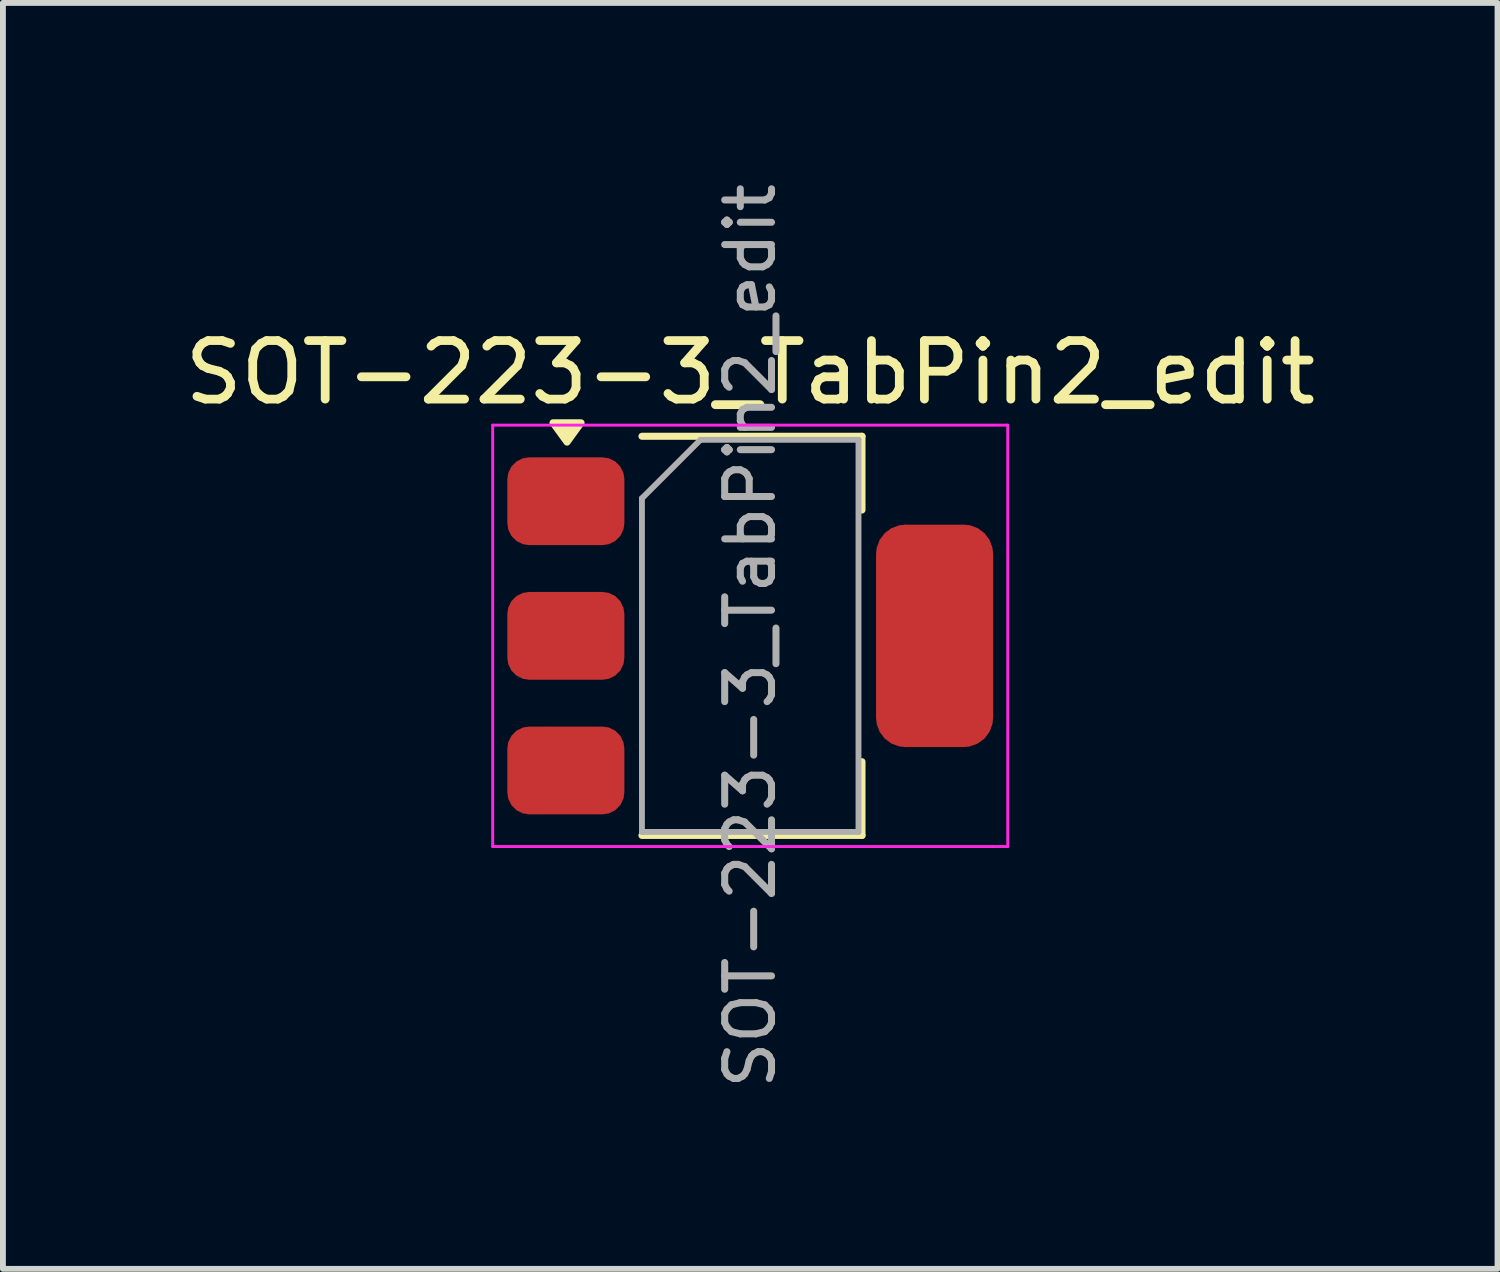
<source format=kicad_pcb>
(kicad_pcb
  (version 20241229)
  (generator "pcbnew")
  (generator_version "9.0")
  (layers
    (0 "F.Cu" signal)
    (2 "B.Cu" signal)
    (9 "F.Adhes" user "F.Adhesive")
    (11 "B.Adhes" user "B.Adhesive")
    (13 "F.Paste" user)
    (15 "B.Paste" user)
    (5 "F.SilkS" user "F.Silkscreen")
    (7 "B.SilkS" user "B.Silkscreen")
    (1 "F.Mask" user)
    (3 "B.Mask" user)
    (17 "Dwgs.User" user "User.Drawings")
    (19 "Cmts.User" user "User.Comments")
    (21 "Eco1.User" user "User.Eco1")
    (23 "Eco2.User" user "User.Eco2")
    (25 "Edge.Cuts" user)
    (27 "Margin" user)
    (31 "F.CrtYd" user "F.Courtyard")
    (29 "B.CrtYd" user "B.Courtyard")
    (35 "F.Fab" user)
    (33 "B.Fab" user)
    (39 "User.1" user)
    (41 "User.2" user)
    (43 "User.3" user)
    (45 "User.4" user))
  (footprint "SOT-223-3_TabPin2_edit"
    (layer "F.Cu")
    (at 9.768 7.814)
    (property "Reference" "SOT-223-3_TabPin2_edit" (at 0 -4.5 0) (layer "F.SilkS") (effects (font (size 1 1) (thickness 0.15))))
    (attr smd)
    (fp_line (start -1.85 -3.41) (end 1.91 -3.41) (stroke (width 0.12) (type solid)) (layer "F.SilkS"))
    (fp_line (start -1.85 3.41) (end 1.91 3.41) (stroke (width 0.12) (type solid)) (layer "F.SilkS"))
    (fp_line (start 1.91 -3.41) (end 1.91 -2.15) (stroke (width 0.12) (type solid)) (layer "F.SilkS"))
    (fp_line (start 1.91 3.41) (end 1.91 2.15) (stroke (width 0.12) (type solid)) (layer "F.SilkS"))
    (fp_poly (pts (xy -3.13 -3.31) (xy -3.37 -3.64) (xy -2.89 -3.64) (xy -3.13 -3.31)) (stroke (width 0.12) (type solid)) (fill yes) (layer "F.SilkS"))
    (fp_line (start -4.4 -3.6) (end -4.4 3.6) (stroke (width 0.05) (type solid)) (layer "F.CrtYd"))
    (fp_line (start -4.4 3.6) (end 4.4 3.6) (stroke (width 0.05) (type solid)) (layer "F.CrtYd"))
    (fp_line (start 4.4 -3.6) (end -4.4 -3.6) (stroke (width 0.05) (type solid)) (layer "F.CrtYd"))
    (fp_line (start 4.4 3.6) (end 4.4 -3.6) (stroke (width 0.05) (type solid)) (layer "F.CrtYd"))
    (fp_line (start -1.85 -2.35) (end -1.85 3.35) (stroke (width 0.1) (type solid)) (layer "F.Fab"))
    (fp_line (start -1.85 -2.35) (end -0.85 -3.35) (stroke (width 0.1) (type solid)) (layer "F.Fab"))
    (fp_line (start -1.85 3.35) (end 1.85 3.35) (stroke (width 0.1) (type solid)) (layer "F.Fab"))
    (fp_line (start -0.85 -3.35) (end 1.85 -3.35) (stroke (width 0.1) (type solid)) (layer "F.Fab"))
    (fp_line (start 1.85 -3.35) (end 1.85 3.35) (stroke (width 0.1) (type solid)) (layer "F.Fab"))
    (fp_text user "${REFERENCE}" (at 0 0 90) (layer "F.Fab") (effects (font (size 0.8 0.8) (thickness 0.12))))
    (pad "1" smd roundrect (at -3.15 0) (size 2 1.5) (layers "F.Cu" "F.Mask" "F.Paste") (roundrect_rratio 0.25))
    (pad "1" smd roundrect (at 3.15 0) (size 2 3.8) (layers "F.Cu" "F.Mask" "F.Paste") (roundrect_rratio 0.25))
    (pad "2" smd roundrect (at -3.15 -2.3) (size 2 1.5) (layers "F.Cu" "F.Mask" "F.Paste") (roundrect_rratio 0.25))
    (pad "3" smd roundrect (at -3.15 2.3) (size 2 1.5) (layers "F.Cu" "F.Mask" "F.Paste") (roundrect_rratio 0.25)))
  (gr_rect
    (start -3 -3)
    (end 22.536 18.629)
    (stroke (width 0.1) (type default))
    (fill no)
    (layer "Edge.Cuts")))
</source>
